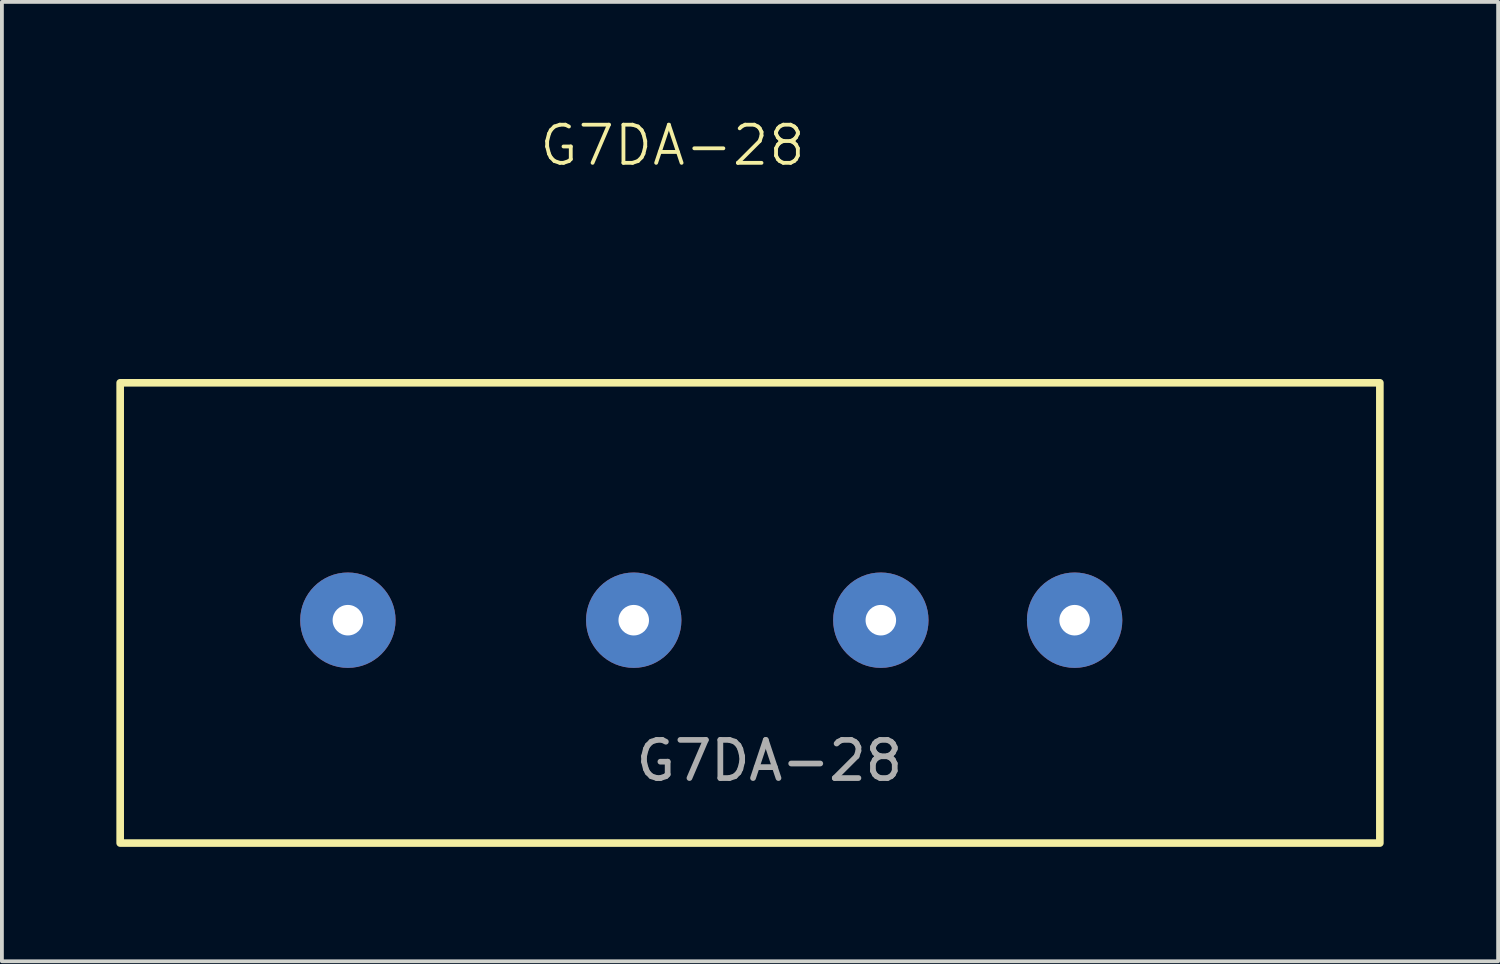
<source format=kicad_pcb>
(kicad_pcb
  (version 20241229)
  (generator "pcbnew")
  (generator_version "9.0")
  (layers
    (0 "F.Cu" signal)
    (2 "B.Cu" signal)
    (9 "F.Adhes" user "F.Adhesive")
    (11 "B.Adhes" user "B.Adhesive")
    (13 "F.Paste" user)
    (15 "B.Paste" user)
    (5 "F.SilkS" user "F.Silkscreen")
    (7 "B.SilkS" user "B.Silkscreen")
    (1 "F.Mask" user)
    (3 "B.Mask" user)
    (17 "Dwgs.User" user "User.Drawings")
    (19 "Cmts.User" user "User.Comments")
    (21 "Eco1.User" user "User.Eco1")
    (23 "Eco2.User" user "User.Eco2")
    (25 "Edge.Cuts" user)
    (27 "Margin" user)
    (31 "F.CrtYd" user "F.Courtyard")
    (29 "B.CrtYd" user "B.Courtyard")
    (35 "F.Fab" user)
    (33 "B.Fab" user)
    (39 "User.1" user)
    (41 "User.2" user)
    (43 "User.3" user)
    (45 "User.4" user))
  (footprint "G7DA-28"
    (layer "F.Cu")
    (at 13.689 12.191)
    (property "Reference" "G7DA-28" (at 0.889 -11.43 0) (unlocked yes) (layer "F.SilkS") (effects (font (size 1 1) (thickness 0.1))))
    (attr through_hole)
    (fp_rect (start -13.589 -5.207) (end 19.431 6.858) (stroke (width 0.2) (type default)) (fill no) (layer "F.SilkS"))
    (fp_text user "${REFERENCE}" (at 3.429 4.699 0) (unlocked yes) (layer "F.Fab") (effects (font (size 1 1) (thickness 0.15))))
    (pad "11" thru_hole circle (at -7.62 1.016) (size 2.5 2.5) (drill 0.8) (layers "*.Cu" "*.Mask"))
    (pad "14" thru_hole circle (at -0.127 1.016) (size 2.5 2.5) (drill 0.8) (layers "*.Cu" "*.Mask"))
    (pad "A1" thru_hole circle (at 6.35 1.016) (size 2.5 2.5) (drill 0.8) (layers "*.Cu" "*.Mask"))
    (pad "A2" thru_hole circle (at 11.43 1.016) (size 2.5 2.5) (drill 0.8) (layers "*.Cu" "*.Mask")))
  (gr_rect
    (start -3 -3)
    (end 36.22 22.148)
    (stroke (width 0.1) (type default))
    (fill no)
    (layer "Edge.Cuts")))
</source>
